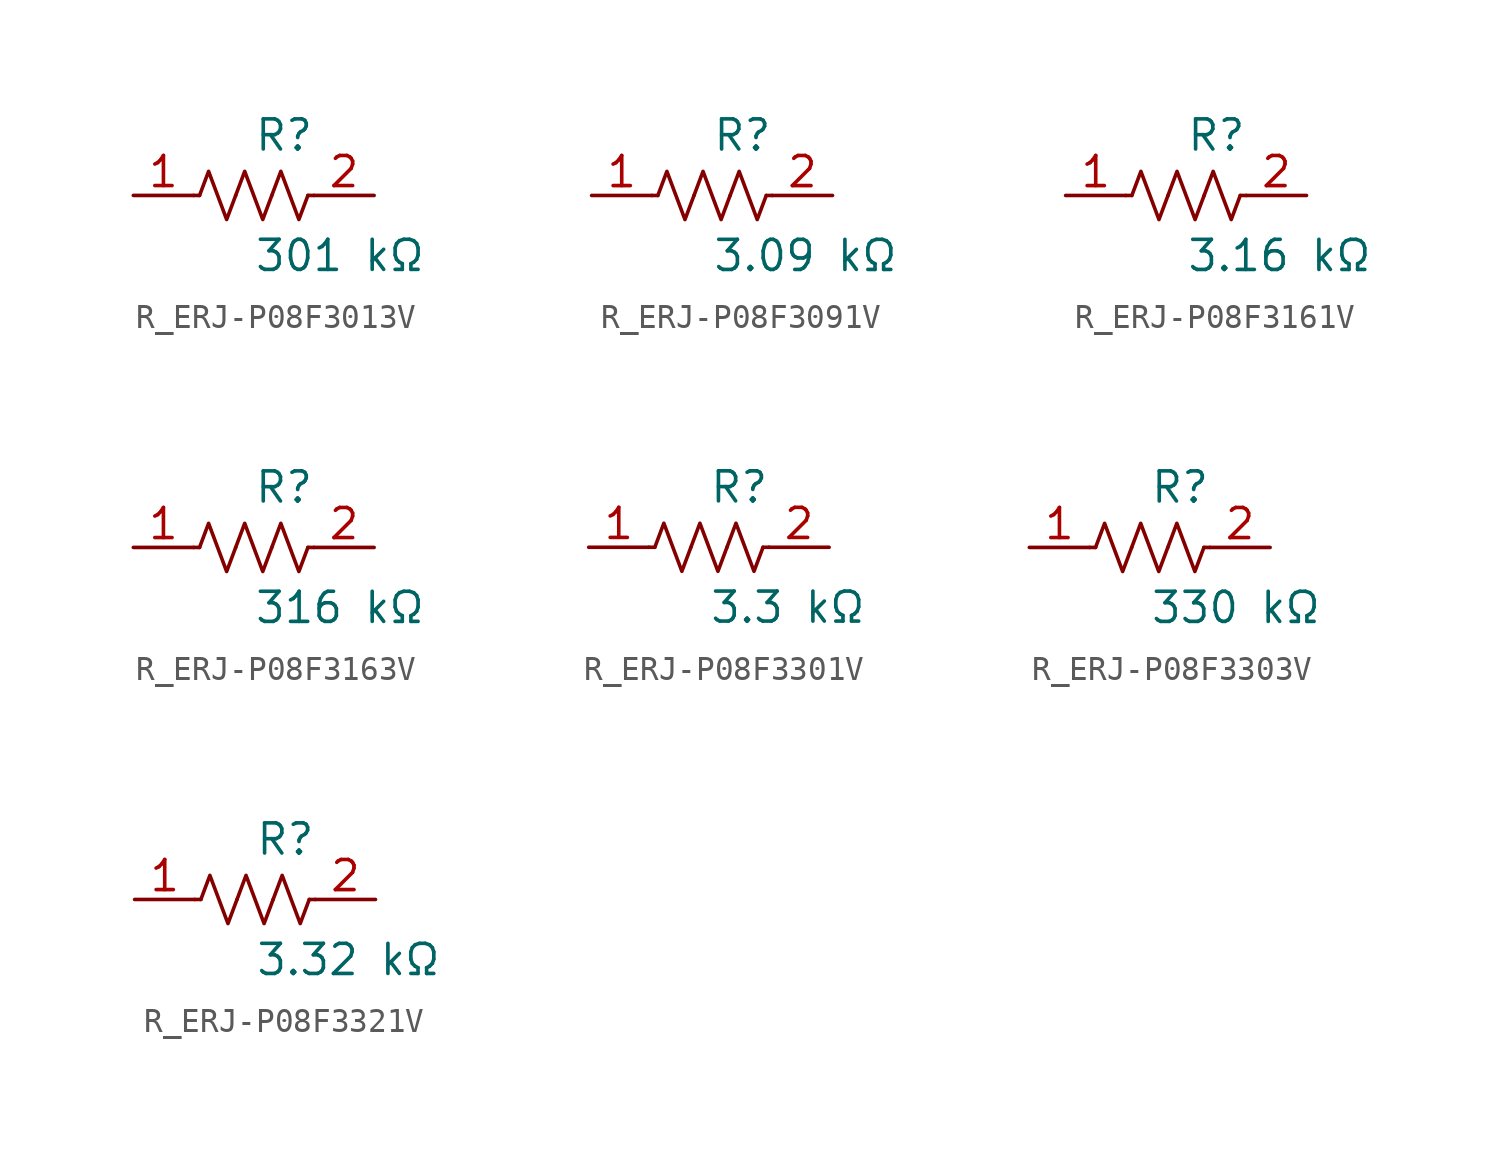
<source format=kicad_sym>
(kicad_symbol_lib
  (version 20231120)
  (generator kicad_symbol_editor)
  (generator_version 8.0)
  (symbol "R_ERJ-P08F3013V"
    (pin_names
      (offset 0.254))
    (property "Reference" "R"
      (at 0.0 2.54 0)
      (effects (font (size 1.27 1.27)) (justify left)))
    (property "Value" "301 kΩ"
      (at 0.0 -2.54 0)
      (effects (font (size 1.27 1.27)) (justify left)))
    (symbol "R_ERJ-P08F3013V_0_1"
      (polyline (pts (xy 2.286 0) (xy 2.54 0)) (stroke (width 0) (type default)) (fill (type none)))
      (polyline (pts (xy -2.286 0) (xy -2.54 0)) (stroke (width 0) (type default)) (fill (type none)))
      (polyline (pts (xy 0.762 0) (xy 1.143 1.016) (xy 1.524 0) (xy 1.905 -1.016) (xy 2.286 0)) (stroke (width 0) (type default)) (fill (type none)))
      (polyline (pts (xy -0.762 0) (xy -0.381 1.016) (xy 0 0) (xy 0.381 -1.016) (xy 0.762 0)) (stroke (width 0) (type default)) (fill (type none)))
      (polyline (pts (xy -2.286 0) (xy -1.905 1.016) (xy -1.524 0) (xy -1.143 -1.016) (xy -0.762 0)) (stroke (width 0) (type default)) (fill (type none))))
    (pin unspecified line
      (at -5.08 0 0)
      (length 2.54)
      (name "" (effects (font (size 1.27 1.27))))
      (number "1" (effects (font (size 1.27 1.27)))))
    (pin unspecified line
      (at 5.08 0 180)
      (length 2.54)
      (name "" (effects (font (size 1.27 1.27))))
      (number "2" (effects (font (size 1.27 1.27))))))
  (symbol "R_ERJ-P08F3091V"
    (pin_names
      (offset 0.254))
    (property "Reference" "R"
      (at 0.0 2.54 0)
      (effects (font (size 1.27 1.27)) (justify left)))
    (property "Value" "3.09 kΩ"
      (at 0.0 -2.54 0)
      (effects (font (size 1.27 1.27)) (justify left)))
    (symbol "R_ERJ-P08F3091V_0_1"
      (polyline (pts (xy 2.286 0) (xy 2.54 0)) (stroke (width 0) (type default)) (fill (type none)))
      (polyline (pts (xy -2.286 0) (xy -2.54 0)) (stroke (width 0) (type default)) (fill (type none)))
      (polyline (pts (xy 0.762 0) (xy 1.143 1.016) (xy 1.524 0) (xy 1.905 -1.016) (xy 2.286 0)) (stroke (width 0) (type default)) (fill (type none)))
      (polyline (pts (xy -0.762 0) (xy -0.381 1.016) (xy 0 0) (xy 0.381 -1.016) (xy 0.762 0)) (stroke (width 0) (type default)) (fill (type none)))
      (polyline (pts (xy -2.286 0) (xy -1.905 1.016) (xy -1.524 0) (xy -1.143 -1.016) (xy -0.762 0)) (stroke (width 0) (type default)) (fill (type none))))
    (pin unspecified line
      (at -5.08 0 0)
      (length 2.54)
      (name "" (effects (font (size 1.27 1.27))))
      (number "1" (effects (font (size 1.27 1.27)))))
    (pin unspecified line
      (at 5.08 0 180)
      (length 2.54)
      (name "" (effects (font (size 1.27 1.27))))
      (number "2" (effects (font (size 1.27 1.27))))))
  (symbol "R_ERJ-P08F3161V"
    (pin_names
      (offset 0.254))
    (property "Reference" "R"
      (at 0.0 2.54 0)
      (effects (font (size 1.27 1.27)) (justify left)))
    (property "Value" "3.16 kΩ"
      (at 0.0 -2.54 0)
      (effects (font (size 1.27 1.27)) (justify left)))
    (symbol "R_ERJ-P08F3161V_0_1"
      (polyline (pts (xy 2.286 0) (xy 2.54 0)) (stroke (width 0) (type default)) (fill (type none)))
      (polyline (pts (xy -2.286 0) (xy -2.54 0)) (stroke (width 0) (type default)) (fill (type none)))
      (polyline (pts (xy 0.762 0) (xy 1.143 1.016) (xy 1.524 0) (xy 1.905 -1.016) (xy 2.286 0)) (stroke (width 0) (type default)) (fill (type none)))
      (polyline (pts (xy -0.762 0) (xy -0.381 1.016) (xy 0 0) (xy 0.381 -1.016) (xy 0.762 0)) (stroke (width 0) (type default)) (fill (type none)))
      (polyline (pts (xy -2.286 0) (xy -1.905 1.016) (xy -1.524 0) (xy -1.143 -1.016) (xy -0.762 0)) (stroke (width 0) (type default)) (fill (type none))))
    (pin unspecified line
      (at -5.08 0 0)
      (length 2.54)
      (name "" (effects (font (size 1.27 1.27))))
      (number "1" (effects (font (size 1.27 1.27)))))
    (pin unspecified line
      (at 5.08 0 180)
      (length 2.54)
      (name "" (effects (font (size 1.27 1.27))))
      (number "2" (effects (font (size 1.27 1.27))))))
  (symbol "R_ERJ-P08F3163V"
    (pin_names
      (offset 0.254))
    (property "Reference" "R"
      (at 0.0 2.54 0)
      (effects (font (size 1.27 1.27)) (justify left)))
    (property "Value" "316 kΩ"
      (at 0.0 -2.54 0)
      (effects (font (size 1.27 1.27)) (justify left)))
    (symbol "R_ERJ-P08F3163V_0_1"
      (polyline (pts (xy 2.286 0) (xy 2.54 0)) (stroke (width 0) (type default)) (fill (type none)))
      (polyline (pts (xy -2.286 0) (xy -2.54 0)) (stroke (width 0) (type default)) (fill (type none)))
      (polyline (pts (xy 0.762 0) (xy 1.143 1.016) (xy 1.524 0) (xy 1.905 -1.016) (xy 2.286 0)) (stroke (width 0) (type default)) (fill (type none)))
      (polyline (pts (xy -0.762 0) (xy -0.381 1.016) (xy 0 0) (xy 0.381 -1.016) (xy 0.762 0)) (stroke (width 0) (type default)) (fill (type none)))
      (polyline (pts (xy -2.286 0) (xy -1.905 1.016) (xy -1.524 0) (xy -1.143 -1.016) (xy -0.762 0)) (stroke (width 0) (type default)) (fill (type none))))
    (pin unspecified line
      (at -5.08 0 0)
      (length 2.54)
      (name "" (effects (font (size 1.27 1.27))))
      (number "1" (effects (font (size 1.27 1.27)))))
    (pin unspecified line
      (at 5.08 0 180)
      (length 2.54)
      (name "" (effects (font (size 1.27 1.27))))
      (number "2" (effects (font (size 1.27 1.27))))))
  (symbol "R_ERJ-P08F3301V"
    (pin_names
      (offset 0.254))
    (property "Reference" "R"
      (at 0.0 2.54 0)
      (effects (font (size 1.27 1.27)) (justify left)))
    (property "Value" "3.3 kΩ"
      (at 0.0 -2.54 0)
      (effects (font (size 1.27 1.27)) (justify left)))
    (symbol "R_ERJ-P08F3301V_0_1"
      (polyline (pts (xy 2.286 0) (xy 2.54 0)) (stroke (width 0) (type default)) (fill (type none)))
      (polyline (pts (xy -2.286 0) (xy -2.54 0)) (stroke (width 0) (type default)) (fill (type none)))
      (polyline (pts (xy 0.762 0) (xy 1.143 1.016) (xy 1.524 0) (xy 1.905 -1.016) (xy 2.286 0)) (stroke (width 0) (type default)) (fill (type none)))
      (polyline (pts (xy -0.762 0) (xy -0.381 1.016) (xy 0 0) (xy 0.381 -1.016) (xy 0.762 0)) (stroke (width 0) (type default)) (fill (type none)))
      (polyline (pts (xy -2.286 0) (xy -1.905 1.016) (xy -1.524 0) (xy -1.143 -1.016) (xy -0.762 0)) (stroke (width 0) (type default)) (fill (type none))))
    (pin unspecified line
      (at -5.08 0 0)
      (length 2.54)
      (name "" (effects (font (size 1.27 1.27))))
      (number "1" (effects (font (size 1.27 1.27)))))
    (pin unspecified line
      (at 5.08 0 180)
      (length 2.54)
      (name "" (effects (font (size 1.27 1.27))))
      (number "2" (effects (font (size 1.27 1.27))))))
  (symbol "R_ERJ-P08F3303V"
    (pin_names
      (offset 0.254))
    (property "Reference" "R"
      (at 0.0 2.54 0)
      (effects (font (size 1.27 1.27)) (justify left)))
    (property "Value" "330 kΩ"
      (at 0.0 -2.54 0)
      (effects (font (size 1.27 1.27)) (justify left)))
    (symbol "R_ERJ-P08F3303V_0_1"
      (polyline (pts (xy 2.286 0) (xy 2.54 0)) (stroke (width 0) (type default)) (fill (type none)))
      (polyline (pts (xy -2.286 0) (xy -2.54 0)) (stroke (width 0) (type default)) (fill (type none)))
      (polyline (pts (xy 0.762 0) (xy 1.143 1.016) (xy 1.524 0) (xy 1.905 -1.016) (xy 2.286 0)) (stroke (width 0) (type default)) (fill (type none)))
      (polyline (pts (xy -0.762 0) (xy -0.381 1.016) (xy 0 0) (xy 0.381 -1.016) (xy 0.762 0)) (stroke (width 0) (type default)) (fill (type none)))
      (polyline (pts (xy -2.286 0) (xy -1.905 1.016) (xy -1.524 0) (xy -1.143 -1.016) (xy -0.762 0)) (stroke (width 0) (type default)) (fill (type none))))
    (pin unspecified line
      (at -5.08 0 0)
      (length 2.54)
      (name "" (effects (font (size 1.27 1.27))))
      (number "1" (effects (font (size 1.27 1.27)))))
    (pin unspecified line
      (at 5.08 0 180)
      (length 2.54)
      (name "" (effects (font (size 1.27 1.27))))
      (number "2" (effects (font (size 1.27 1.27))))))
  (symbol "R_ERJ-P08F3321V"
    (pin_names
      (offset 0.254))
    (property "Reference" "R"
      (at 0.0 2.54 0)
      (effects (font (size 1.27 1.27)) (justify left)))
    (property "Value" "3.32 kΩ"
      (at 0.0 -2.54 0)
      (effects (font (size 1.27 1.27)) (justify left)))
    (symbol "R_ERJ-P08F3321V_0_1"
      (polyline (pts (xy 2.286 0) (xy 2.54 0)) (stroke (width 0) (type default)) (fill (type none)))
      (polyline (pts (xy -2.286 0) (xy -2.54 0)) (stroke (width 0) (type default)) (fill (type none)))
      (polyline (pts (xy 0.762 0) (xy 1.143 1.016) (xy 1.524 0) (xy 1.905 -1.016) (xy 2.286 0)) (stroke (width 0) (type default)) (fill (type none)))
      (polyline (pts (xy -0.762 0) (xy -0.381 1.016) (xy 0 0) (xy 0.381 -1.016) (xy 0.762 0)) (stroke (width 0) (type default)) (fill (type none)))
      (polyline (pts (xy -2.286 0) (xy -1.905 1.016) (xy -1.524 0) (xy -1.143 -1.016) (xy -0.762 0)) (stroke (width 0) (type default)) (fill (type none))))
    (pin unspecified line
      (at -5.08 0 0)
      (length 2.54)
      (name "" (effects (font (size 1.27 1.27))))
      (number "1" (effects (font (size 1.27 1.27)))))
    (pin unspecified line
      (at 5.08 0 180)
      (length 2.54)
      (name "" (effects (font (size 1.27 1.27))))
      (number "2" (effects (font (size 1.27 1.27)))))))
</source>
